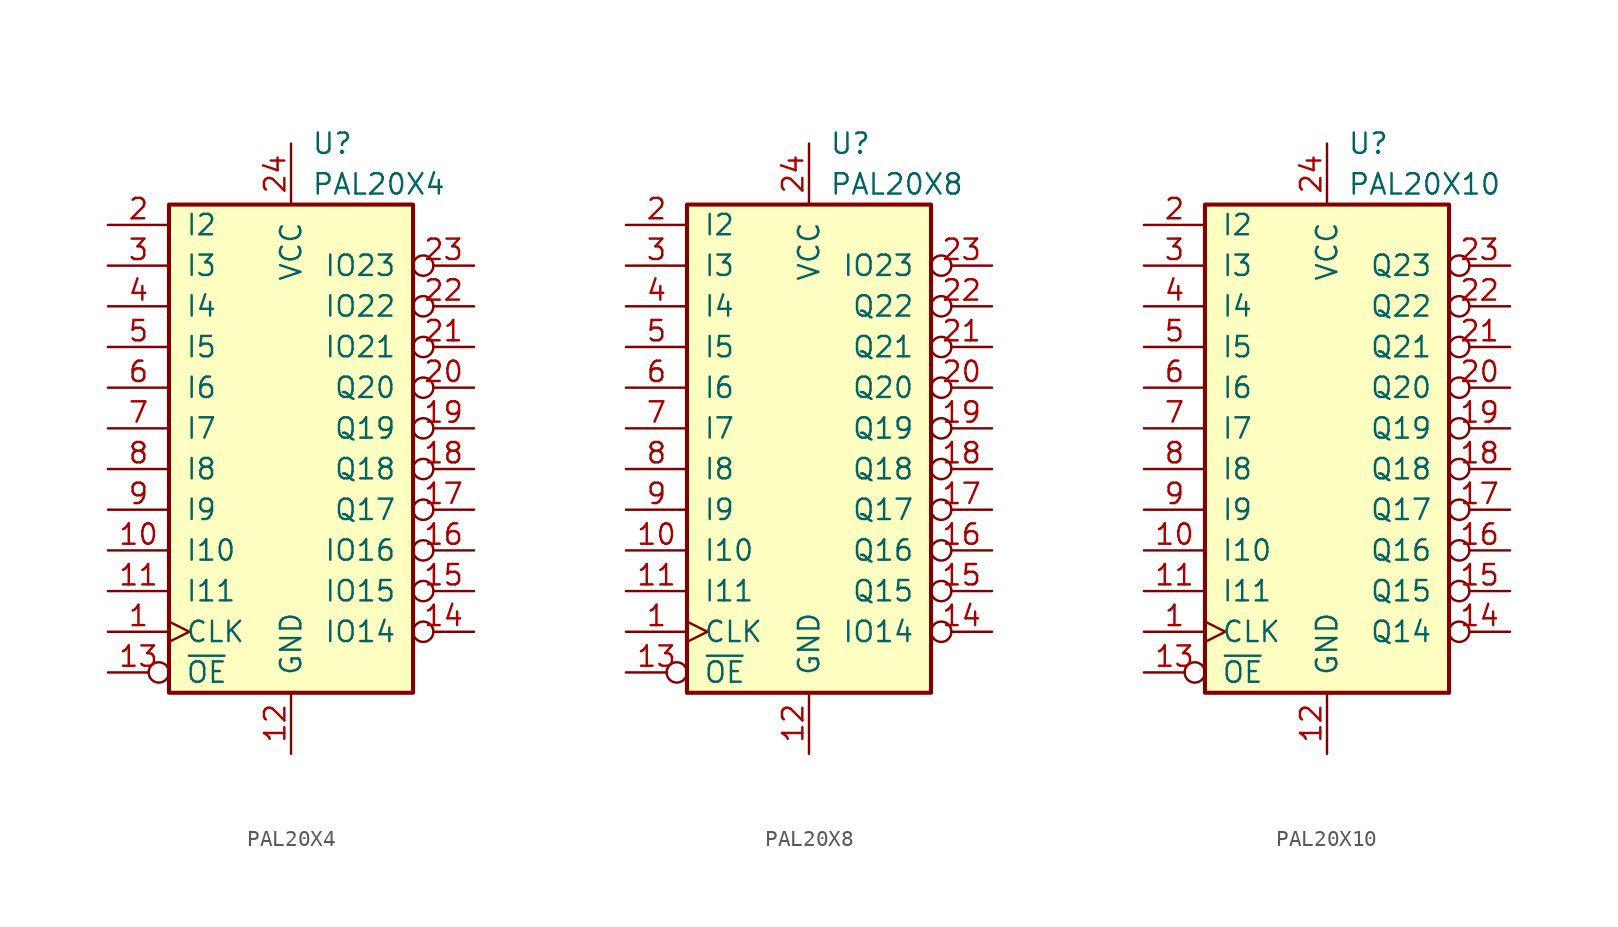
<source format=kicad_sym>
(kicad_symbol_lib
  (version 20220914)
  (generator kicad_symbol_editor)
  (symbol "PAL20X4"
    (pin_names
      (offset 1.016))
    (property "Reference" "U"
      (at 1.27 19.05 0)
      (do_not_autoplace)
      (effects (font (size 1.27 1.27)) (justify left)))
    (property "Value" "PAL20X4"
      (at 1.27 16.51 0)
      (do_not_autoplace)
      (effects (font (size 1.27 1.27)) (justify left)))
    (symbol "PAL20X4_0_0"
      (pin power_in line (at 0 -19.05 90) (length 3.81) (name "GND" (effects (font (size 1.27 1.27)))) (number "12" (effects (font (size 1.27 1.27)))))
      (pin power_in line (at 0 19.05 270) (length 3.81) (name "VCC" (effects (font (size 1.27 1.27)))) (number "24" (effects (font (size 1.27 1.27))))))
    (symbol "PAL20X4_0_1"
      (rectangle (start -7.62 15.24) (end 7.62 -15.24) (stroke (width 0.254) (type default)) (fill (type background))))
    (symbol "PAL20X4_1_1"
      (pin input clock (at -11.43 -11.43 0) (length 3.81) (name "CLK" (effects (font (size 1.27 1.27)))) (number "1" (effects (font (size 1.27 1.27)))))
      (pin input line (at -11.43 -6.35 0) (length 3.81) (name "I10" (effects (font (size 1.27 1.27)))) (number "10" (effects (font (size 1.27 1.27)))))
      (pin input line (at -11.43 -8.89 0) (length 3.81) (name "I11" (effects (font (size 1.27 1.27)))) (number "11" (effects (font (size 1.27 1.27)))))
      (pin input inverted (at -11.43 -13.97 0) (length 3.81) (name "~{OE}" (effects (font (size 1.27 1.27)))) (number "13" (effects (font (size 1.27 1.27)))))
      (pin tri_state inverted (at 11.43 -11.43 180) (length 3.81) (name "IO14" (effects (font (size 1.27 1.27)))) (number "14" (effects (font (size 1.27 1.27)))))
      (pin tri_state inverted (at 11.43 -8.89 180) (length 3.81) (name "IO15" (effects (font (size 1.27 1.27)))) (number "15" (effects (font (size 1.27 1.27)))))
      (pin tri_state inverted (at 11.43 -6.35 180) (length 3.81) (name "IO16" (effects (font (size 1.27 1.27)))) (number "16" (effects (font (size 1.27 1.27)))))
      (pin output inverted (at 11.43 -3.81 180) (length 3.81) (name "Q17" (effects (font (size 1.27 1.27)))) (number "17" (effects (font (size 1.27 1.27)))))
      (pin output inverted (at 11.43 -1.27 180) (length 3.81) (name "Q18" (effects (font (size 1.27 1.27)))) (number "18" (effects (font (size 1.27 1.27)))))
      (pin output inverted (at 11.43 1.27 180) (length 3.81) (name "Q19" (effects (font (size 1.27 1.27)))) (number "19" (effects (font (size 1.27 1.27)))))
      (pin input line (at -11.43 13.97 0) (length 3.81) (name "I2" (effects (font (size 1.27 1.27)))) (number "2" (effects (font (size 1.27 1.27)))))
      (pin output inverted (at 11.43 3.81 180) (length 3.81) (name "Q20" (effects (font (size 1.27 1.27)))) (number "20" (effects (font (size 1.27 1.27)))))
      (pin tri_state inverted (at 11.43 6.35 180) (length 3.81) (name "IO21" (effects (font (size 1.27 1.27)))) (number "21" (effects (font (size 1.27 1.27)))))
      (pin tri_state inverted (at 11.43 8.89 180) (length 3.81) (name "IO22" (effects (font (size 1.27 1.27)))) (number "22" (effects (font (size 1.27 1.27)))))
      (pin tri_state inverted (at 11.43 11.43 180) (length 3.81) (name "IO23" (effects (font (size 1.27 1.27)))) (number "23" (effects (font (size 1.27 1.27)))))
      (pin input line (at -11.43 11.43 0) (length 3.81) (name "I3" (effects (font (size 1.27 1.27)))) (number "3" (effects (font (size 1.27 1.27)))))
      (pin input line (at -11.43 8.89 0) (length 3.81) (name "I4" (effects (font (size 1.27 1.27)))) (number "4" (effects (font (size 1.27 1.27)))))
      (pin input line (at -11.43 6.35 0) (length 3.81) (name "I5" (effects (font (size 1.27 1.27)))) (number "5" (effects (font (size 1.27 1.27)))))
      (pin input line (at -11.43 3.81 0) (length 3.81) (name "I6" (effects (font (size 1.27 1.27)))) (number "6" (effects (font (size 1.27 1.27)))))
      (pin input line (at -11.43 1.27 0) (length 3.81) (name "I7" (effects (font (size 1.27 1.27)))) (number "7" (effects (font (size 1.27 1.27)))))
      (pin input line (at -11.43 -1.27 0) (length 3.81) (name "I8" (effects (font (size 1.27 1.27)))) (number "8" (effects (font (size 1.27 1.27)))))
      (pin input line (at -11.43 -3.81 0) (length 3.81) (name "I9" (effects (font (size 1.27 1.27)))) (number "9" (effects (font (size 1.27 1.27)))))))
  (symbol "PAL20X8"
    (pin_names
      (offset 1.016))
    (property "Reference" "U"
      (at 1.27 19.05 0)
      (do_not_autoplace)
      (effects (font (size 1.27 1.27)) (justify left)))
    (property "Value" "PAL20X8"
      (at 1.27 16.51 0)
      (do_not_autoplace)
      (effects (font (size 1.27 1.27)) (justify left)))
    (symbol "PAL20X8_0_0"
      (pin power_in line (at 0 -19.05 90) (length 3.81) (name "GND" (effects (font (size 1.27 1.27)))) (number "12" (effects (font (size 1.27 1.27)))))
      (pin power_in line (at 0 19.05 270) (length 3.81) (name "VCC" (effects (font (size 1.27 1.27)))) (number "24" (effects (font (size 1.27 1.27))))))
    (symbol "PAL20X8_0_1"
      (rectangle (start -7.62 15.24) (end 7.62 -15.24) (stroke (width 0.254) (type default)) (fill (type background))))
    (symbol "PAL20X8_1_1"
      (pin input clock (at -11.43 -11.43 0) (length 3.81) (name "CLK" (effects (font (size 1.27 1.27)))) (number "1" (effects (font (size 1.27 1.27)))))
      (pin input line (at -11.43 -6.35 0) (length 3.81) (name "I10" (effects (font (size 1.27 1.27)))) (number "10" (effects (font (size 1.27 1.27)))))
      (pin input line (at -11.43 -8.89 0) (length 3.81) (name "I11" (effects (font (size 1.27 1.27)))) (number "11" (effects (font (size 1.27 1.27)))))
      (pin input inverted (at -11.43 -13.97 0) (length 3.81) (name "~{OE}" (effects (font (size 1.27 1.27)))) (number "13" (effects (font (size 1.27 1.27)))))
      (pin tri_state inverted (at 11.43 -11.43 180) (length 3.81) (name "IO14" (effects (font (size 1.27 1.27)))) (number "14" (effects (font (size 1.27 1.27)))))
      (pin output inverted (at 11.43 -8.89 180) (length 3.81) (name "Q15" (effects (font (size 1.27 1.27)))) (number "15" (effects (font (size 1.27 1.27)))))
      (pin output inverted (at 11.43 -6.35 180) (length 3.81) (name "Q16" (effects (font (size 1.27 1.27)))) (number "16" (effects (font (size 1.27 1.27)))))
      (pin output inverted (at 11.43 -3.81 180) (length 3.81) (name "Q17" (effects (font (size 1.27 1.27)))) (number "17" (effects (font (size 1.27 1.27)))))
      (pin output inverted (at 11.43 -1.27 180) (length 3.81) (name "Q18" (effects (font (size 1.27 1.27)))) (number "18" (effects (font (size 1.27 1.27)))))
      (pin output inverted (at 11.43 1.27 180) (length 3.81) (name "Q19" (effects (font (size 1.27 1.27)))) (number "19" (effects (font (size 1.27 1.27)))))
      (pin input line (at -11.43 13.97 0) (length 3.81) (name "I2" (effects (font (size 1.27 1.27)))) (number "2" (effects (font (size 1.27 1.27)))))
      (pin output inverted (at 11.43 3.81 180) (length 3.81) (name "Q20" (effects (font (size 1.27 1.27)))) (number "20" (effects (font (size 1.27 1.27)))))
      (pin output inverted (at 11.43 6.35 180) (length 3.81) (name "Q21" (effects (font (size 1.27 1.27)))) (number "21" (effects (font (size 1.27 1.27)))))
      (pin output inverted (at 11.43 8.89 180) (length 3.81) (name "Q22" (effects (font (size 1.27 1.27)))) (number "22" (effects (font (size 1.27 1.27)))))
      (pin tri_state inverted (at 11.43 11.43 180) (length 3.81) (name "IO23" (effects (font (size 1.27 1.27)))) (number "23" (effects (font (size 1.27 1.27)))))
      (pin input line (at -11.43 11.43 0) (length 3.81) (name "I3" (effects (font (size 1.27 1.27)))) (number "3" (effects (font (size 1.27 1.27)))))
      (pin input line (at -11.43 8.89 0) (length 3.81) (name "I4" (effects (font (size 1.27 1.27)))) (number "4" (effects (font (size 1.27 1.27)))))
      (pin input line (at -11.43 6.35 0) (length 3.81) (name "I5" (effects (font (size 1.27 1.27)))) (number "5" (effects (font (size 1.27 1.27)))))
      (pin input line (at -11.43 3.81 0) (length 3.81) (name "I6" (effects (font (size 1.27 1.27)))) (number "6" (effects (font (size 1.27 1.27)))))
      (pin input line (at -11.43 1.27 0) (length 3.81) (name "I7" (effects (font (size 1.27 1.27)))) (number "7" (effects (font (size 1.27 1.27)))))
      (pin input line (at -11.43 -1.27 0) (length 3.81) (name "I8" (effects (font (size 1.27 1.27)))) (number "8" (effects (font (size 1.27 1.27)))))
      (pin input line (at -11.43 -3.81 0) (length 3.81) (name "I9" (effects (font (size 1.27 1.27)))) (number "9" (effects (font (size 1.27 1.27)))))))
  (symbol "PAL20X10"
    (pin_names
      (offset 1.016))
    (property "Reference" "U"
      (at 1.27 19.05 0)
      (do_not_autoplace)
      (effects (font (size 1.27 1.27)) (justify left)))
    (property "Value" "PAL20X10"
      (at 1.27 16.51 0)
      (do_not_autoplace)
      (effects (font (size 1.27 1.27)) (justify left)))
    (symbol "PAL20X10_0_0"
      (pin power_in line (at 0 -19.05 90) (length 3.81) (name "GND" (effects (font (size 1.27 1.27)))) (number "12" (effects (font (size 1.27 1.27)))))
      (pin power_in line (at 0 19.05 270) (length 3.81) (name "VCC" (effects (font (size 1.27 1.27)))) (number "24" (effects (font (size 1.27 1.27))))))
    (symbol "PAL20X10_0_1"
      (rectangle (start -7.62 15.24) (end 7.62 -15.24) (stroke (width 0.254) (type default)) (fill (type background))))
    (symbol "PAL20X10_1_1"
      (pin input clock (at -11.43 -11.43 0) (length 3.81) (name "CLK" (effects (font (size 1.27 1.27)))) (number "1" (effects (font (size 1.27 1.27)))))
      (pin input line (at -11.43 -6.35 0) (length 3.81) (name "I10" (effects (font (size 1.27 1.27)))) (number "10" (effects (font (size 1.27 1.27)))))
      (pin input line (at -11.43 -8.89 0) (length 3.81) (name "I11" (effects (font (size 1.27 1.27)))) (number "11" (effects (font (size 1.27 1.27)))))
      (pin input inverted (at -11.43 -13.97 0) (length 3.81) (name "~{OE}" (effects (font (size 1.27 1.27)))) (number "13" (effects (font (size 1.27 1.27)))))
      (pin output inverted (at 11.43 -11.43 180) (length 3.81) (name "Q14" (effects (font (size 1.27 1.27)))) (number "14" (effects (font (size 1.27 1.27)))))
      (pin output inverted (at 11.43 -8.89 180) (length 3.81) (name "Q15" (effects (font (size 1.27 1.27)))) (number "15" (effects (font (size 1.27 1.27)))))
      (pin output inverted (at 11.43 -6.35 180) (length 3.81) (name "Q16" (effects (font (size 1.27 1.27)))) (number "16" (effects (font (size 1.27 1.27)))))
      (pin output inverted (at 11.43 -3.81 180) (length 3.81) (name "Q17" (effects (font (size 1.27 1.27)))) (number "17" (effects (font (size 1.27 1.27)))))
      (pin output inverted (at 11.43 -1.27 180) (length 3.81) (name "Q18" (effects (font (size 1.27 1.27)))) (number "18" (effects (font (size 1.27 1.27)))))
      (pin output inverted (at 11.43 1.27 180) (length 3.81) (name "Q19" (effects (font (size 1.27 1.27)))) (number "19" (effects (font (size 1.27 1.27)))))
      (pin input line (at -11.43 13.97 0) (length 3.81) (name "I2" (effects (font (size 1.27 1.27)))) (number "2" (effects (font (size 1.27 1.27)))))
      (pin output inverted (at 11.43 3.81 180) (length 3.81) (name "Q20" (effects (font (size 1.27 1.27)))) (number "20" (effects (font (size 1.27 1.27)))))
      (pin output inverted (at 11.43 6.35 180) (length 3.81) (name "Q21" (effects (font (size 1.27 1.27)))) (number "21" (effects (font (size 1.27 1.27)))))
      (pin output inverted (at 11.43 8.89 180) (length 3.81) (name "Q22" (effects (font (size 1.27 1.27)))) (number "22" (effects (font (size 1.27 1.27)))))
      (pin output inverted (at 11.43 11.43 180) (length 3.81) (name "Q23" (effects (font (size 1.27 1.27)))) (number "23" (effects (font (size 1.27 1.27)))))
      (pin input line (at -11.43 11.43 0) (length 3.81) (name "I3" (effects (font (size 1.27 1.27)))) (number "3" (effects (font (size 1.27 1.27)))))
      (pin input line (at -11.43 8.89 0) (length 3.81) (name "I4" (effects (font (size 1.27 1.27)))) (number "4" (effects (font (size 1.27 1.27)))))
      (pin input line (at -11.43 6.35 0) (length 3.81) (name "I5" (effects (font (size 1.27 1.27)))) (number "5" (effects (font (size 1.27 1.27)))))
      (pin input line (at -11.43 3.81 0) (length 3.81) (name "I6" (effects (font (size 1.27 1.27)))) (number "6" (effects (font (size 1.27 1.27)))))
      (pin input line (at -11.43 1.27 0) (length 3.81) (name "I7" (effects (font (size 1.27 1.27)))) (number "7" (effects (font (size 1.27 1.27)))))
      (pin input line (at -11.43 -1.27 0) (length 3.81) (name "I8" (effects (font (size 1.27 1.27)))) (number "8" (effects (font (size 1.27 1.27)))))
      (pin input line (at -11.43 -3.81 0) (length 3.81) (name "I9" (effects (font (size 1.27 1.27)))) (number "9" (effects (font (size 1.27 1.27))))))))
</source>
